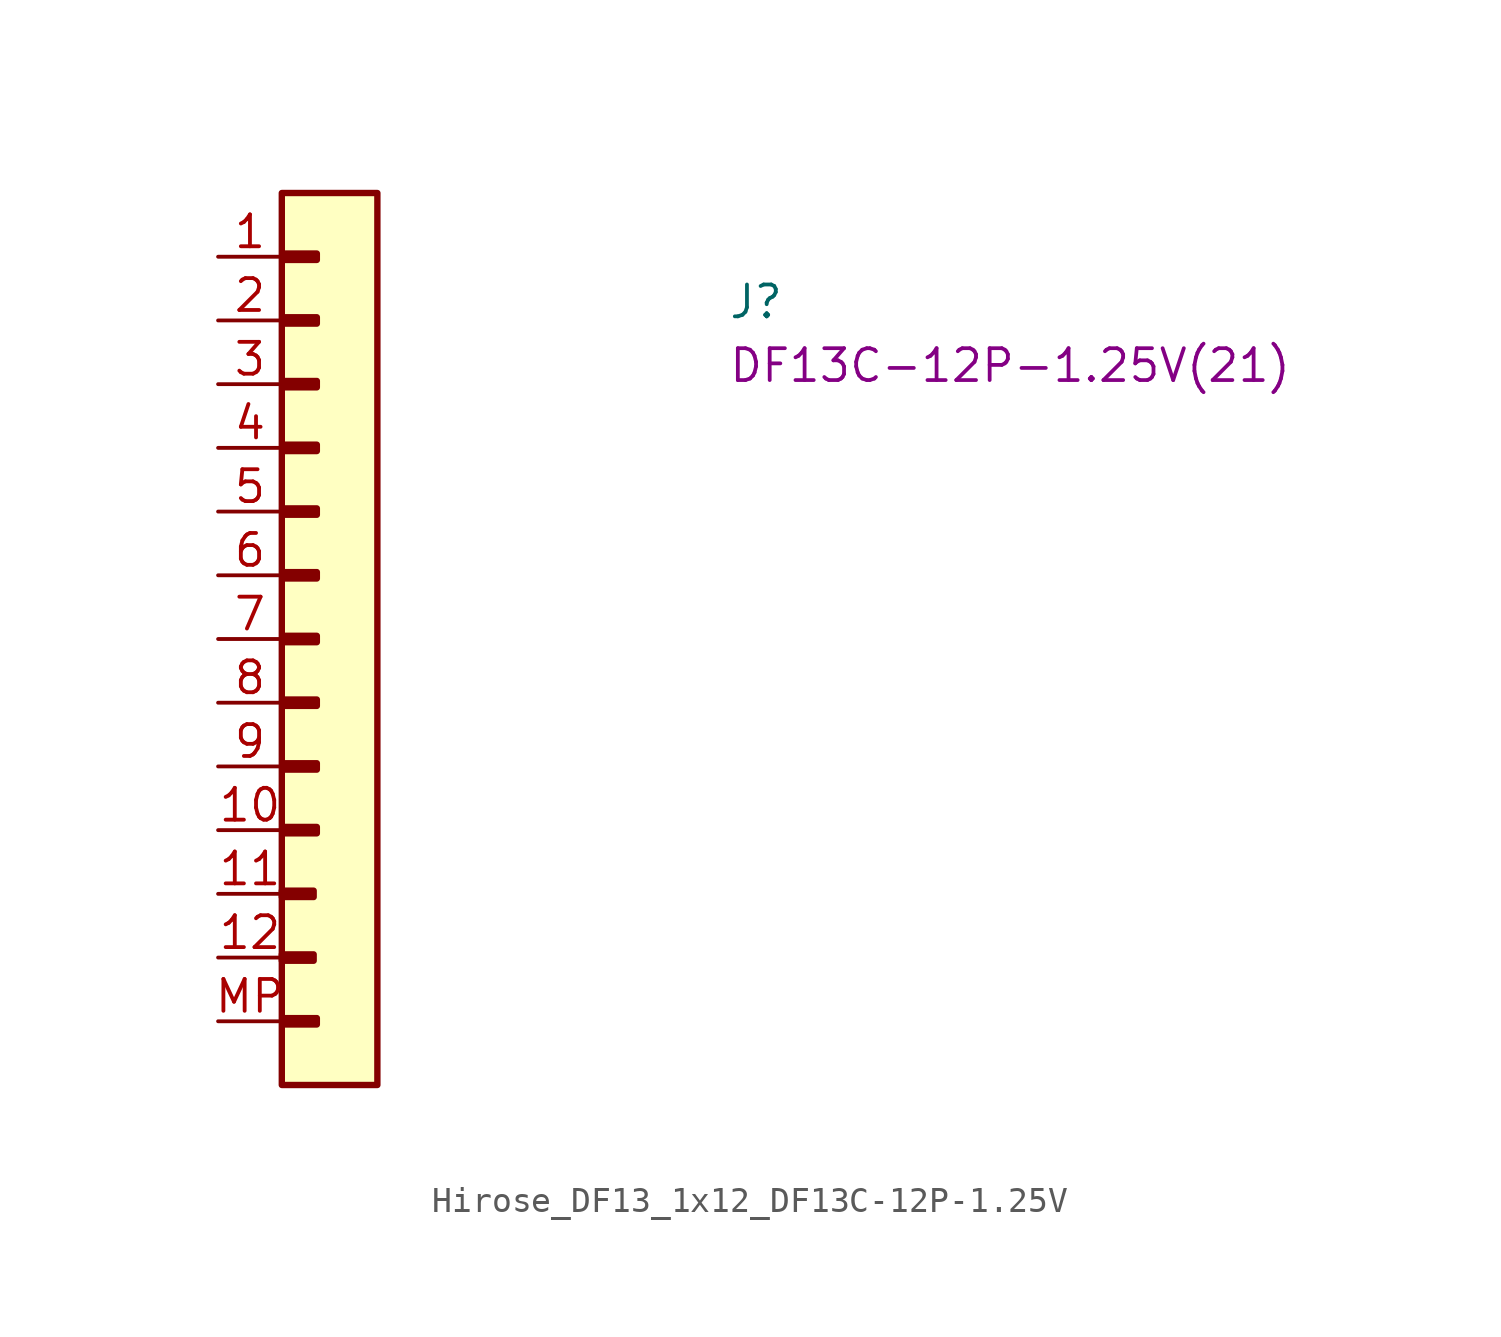
<source format=kicad_sym>
(kicad_symbol_lib
  (version 20220914)
  (generator kicad_symbol_editor)
  (symbol "Hirose_DF13_1x12_DF13C-12P-1.25V"
    (pin_names hide)
    (property "Reference" "J"
      (at 20.32 -2.54 0)
      (effects (font (size 1.27 1.27) (thickness 0.15)) (justify left bottom)))
    (property "MPN" "DF13C-12P-1.25V(21)"
      (at 20.32 -5.08 0)
      (effects (font (size 1.27 1.27) (thickness 0.15)) (justify left bottom)))
    (symbol "Hirose_DF13_1x12_DF13C-12P-1.25V_1_1"
      (rectangle (start 2.54 -27.813) (end 3.81 -28.067) (stroke (width 0.254) (type default)) (fill (type background)))
      (rectangle (start 2.54 -25.273) (end 3.81 -25.527) (stroke (width 0.254) (type default)) (fill (type background)))
      (rectangle (start 2.54 2.54) (end 6.35 -33.02) (stroke (width 0.254) (type default)) (fill (type background)))
      (rectangle (start 2.667 -30.353) (end 3.937 -30.607) (stroke (width 0.254) (type default)) (fill (type background)))
      (rectangle (start 2.667 -22.733) (end 3.937 -22.987) (stroke (width 0.254) (type default)) (fill (type background)))
      (rectangle (start 2.667 -20.193) (end 3.937 -20.447) (stroke (width 0.254) (type default)) (fill (type background)))
      (rectangle (start 2.667 -17.653) (end 3.937 -17.907) (stroke (width 0.254) (type default)) (fill (type background)))
      (rectangle (start 2.667 -15.113) (end 3.937 -15.367) (stroke (width 0.254) (type default)) (fill (type background)))
      (rectangle (start 2.667 -12.573) (end 3.937 -12.827) (stroke (width 0.254) (type default)) (fill (type background)))
      (rectangle (start 2.667 -10.033) (end 3.937 -10.287) (stroke (width 0.254) (type default)) (fill (type background)))
      (rectangle (start 2.667 -7.493) (end 3.937 -7.747) (stroke (width 0.254) (type default)) (fill (type background)))
      (rectangle (start 2.667 -4.953) (end 3.937 -5.207) (stroke (width 0.254) (type default)) (fill (type background)))
      (rectangle (start 2.667 -2.413) (end 3.937 -2.667) (stroke (width 0.254) (type default)) (fill (type background)))
      (rectangle (start 2.667 0.127) (end 3.937 -0.127) (stroke (width 0.254) (type default)) (fill (type background)))
      (pin passive line (at 0 0 0) (length 2.54) (name "1" (effects (font (size 1.27 1.27)))) (number "1" (effects (font (size 1.27 1.27)))))
      (pin passive line (at 0 -22.86 0) (length 2.54) (name "10" (effects (font (size 1.27 1.27)))) (number "10" (effects (font (size 1.27 1.27)))))
      (pin passive line (at 0 -25.4 0) (length 2.54) (name "11" (effects (font (size 1.27 1.27)))) (number "11" (effects (font (size 1.27 1.27)))))
      (pin passive line (at 0 -27.94 0) (length 2.54) (name "12" (effects (font (size 1.27 1.27)))) (number "12" (effects (font (size 1.27 1.27)))))
      (pin passive line (at 0 -2.54 0) (length 2.54) (name "2" (effects (font (size 1.27 1.27)))) (number "2" (effects (font (size 1.27 1.27)))))
      (pin passive line (at 0 -5.08 0) (length 2.54) (name "3" (effects (font (size 1.27 1.27)))) (number "3" (effects (font (size 1.27 1.27)))))
      (pin passive line (at 0 -7.62 0) (length 2.54) (name "4" (effects (font (size 1.27 1.27)))) (number "4" (effects (font (size 1.27 1.27)))))
      (pin passive line (at 0 -10.16 0) (length 2.54) (name "5" (effects (font (size 1.27 1.27)))) (number "5" (effects (font (size 1.27 1.27)))))
      (pin passive line (at 0 -12.7 0) (length 2.54) (name "6" (effects (font (size 1.27 1.27)))) (number "6" (effects (font (size 1.27 1.27)))))
      (pin passive line (at 0 -15.24 0) (length 2.54) (name "7" (effects (font (size 1.27 1.27)))) (number "7" (effects (font (size 1.27 1.27)))))
      (pin passive line (at 0 -17.78 0) (length 2.54) (name "8" (effects (font (size 1.27 1.27)))) (number "8" (effects (font (size 1.27 1.27)))))
      (pin passive line (at 0 -20.32 0) (length 2.54) (name "9" (effects (font (size 1.27 1.27)))) (number "9" (effects (font (size 1.27 1.27)))))
      (pin passive line (at 0 -30.48 0) (length 2.54) (name "MP" (effects (font (size 1.27 1.27)))) (number "MP" (effects (font (size 1.27 1.27))))))))
</source>
